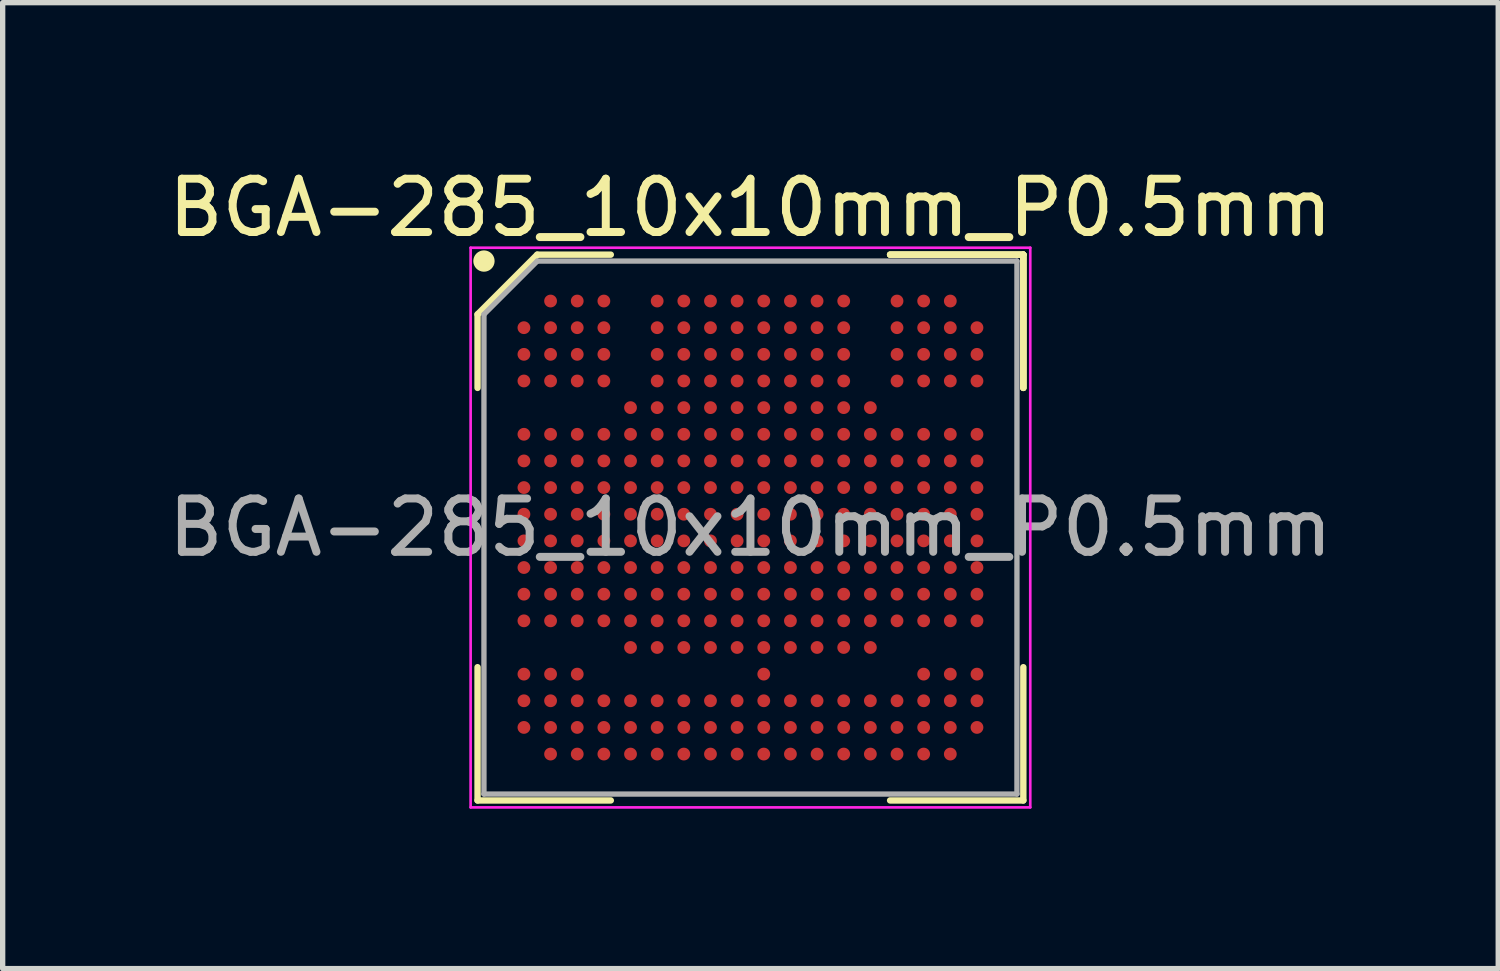
<source format=kicad_pcb>
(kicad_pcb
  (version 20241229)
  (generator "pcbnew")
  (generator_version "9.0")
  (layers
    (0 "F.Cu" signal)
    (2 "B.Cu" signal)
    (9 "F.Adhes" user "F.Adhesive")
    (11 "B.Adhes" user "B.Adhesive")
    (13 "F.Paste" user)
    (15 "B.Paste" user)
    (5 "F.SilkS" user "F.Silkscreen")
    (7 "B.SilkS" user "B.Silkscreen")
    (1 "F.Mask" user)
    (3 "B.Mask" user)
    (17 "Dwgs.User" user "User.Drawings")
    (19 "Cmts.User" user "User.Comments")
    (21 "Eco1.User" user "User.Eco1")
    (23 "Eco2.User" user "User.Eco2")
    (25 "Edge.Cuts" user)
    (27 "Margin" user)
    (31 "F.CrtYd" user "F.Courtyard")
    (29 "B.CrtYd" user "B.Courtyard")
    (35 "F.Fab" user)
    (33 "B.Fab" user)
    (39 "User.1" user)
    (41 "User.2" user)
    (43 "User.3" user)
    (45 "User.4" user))
  (footprint "BGA-285_10x10mm_P0.5mm"
    (layer "F.Cu")
    (at 11.03 6.848)
    (property "Reference" "BGA-285_10x10mm_P0.5mm" (at 0 -6 0) (layer "F.SilkS") (effects (font (size 1 1) (thickness 0.15))))
    (attr smd)
    (fp_line (start -5.12 -4) (end -5.12 -2.62) (stroke (width 0.12) (type solid)) (layer "F.SilkS"))
    (fp_line (start -5.12 5.12) (end -5.12 2.62) (stroke (width 0.12) (type solid)) (layer "F.SilkS"))
    (fp_line (start -4 -5.12) (end -5.12 -4) (stroke (width 0.12) (type solid)) (layer "F.SilkS"))
    (fp_line (start -2.62 -5.12) (end -4 -5.12) (stroke (width 0.12) (type solid)) (layer "F.SilkS"))
    (fp_line (start -2.62 5.12) (end -5.12 5.12) (stroke (width 0.12) (type solid)) (layer "F.SilkS"))
    (fp_line (start 2.62 -5.12) (end 5.12 -5.12) (stroke (width 0.12) (type solid)) (layer "F.SilkS"))
    (fp_line (start 2.62 -5.12) (end 5.12 -5.12) (stroke (width 0.12) (type solid)) (layer "F.SilkS"))
    (fp_line (start 2.62 -5.12) (end 5.12 -5.12) (stroke (width 0.12) (type solid)) (layer "F.SilkS"))
    (fp_line (start 2.62 5.12) (end 5.12 5.12) (stroke (width 0.12) (type solid)) (layer "F.SilkS"))
    (fp_line (start 5.12 -5.12) (end 5.12 -2.62) (stroke (width 0.12) (type solid)) (layer "F.SilkS"))
    (fp_line (start 5.12 -5.12) (end 5.12 -2.62) (stroke (width 0.12) (type solid)) (layer "F.SilkS"))
    (fp_line (start 5.12 -5.12) (end 5.12 -2.62) (stroke (width 0.12) (type solid)) (layer "F.SilkS"))
    (fp_line (start 5.12 5.12) (end 5.12 2.62) (stroke (width 0.12) (type solid)) (layer "F.SilkS"))
    (fp_circle (center -5 -5) (end -5 -4.9) (stroke (width 0.2) (type solid)) (fill no) (layer "F.SilkS"))
    (fp_line (start -5.25 -5.25) (end 5.25 -5.25) (stroke (width 0.05) (type solid)) (layer "F.CrtYd"))
    (fp_line (start -5.25 5.25) (end -5.25 -5.25) (stroke (width 0.05) (type solid)) (layer "F.CrtYd"))
    (fp_line (start 5.25 -5.25) (end 5.25 5.25) (stroke (width 0.05) (type solid)) (layer "F.CrtYd"))
    (fp_line (start 5.25 5.25) (end -5.25 5.25) (stroke (width 0.05) (type solid)) (layer "F.CrtYd"))
    (fp_line (start -5 -4) (end -5 5) (stroke (width 0.1) (type solid)) (layer "F.Fab"))
    (fp_line (start -5 5) (end 5 5) (stroke (width 0.1) (type solid)) (layer "F.Fab"))
    (fp_line (start -4 -5) (end -5 -4) (stroke (width 0.1) (type solid)) (layer "F.Fab"))
    (fp_line (start 5 -5) (end -4 -5) (stroke (width 0.1) (type solid)) (layer "F.Fab"))
    (fp_line (start 5 5) (end 5 -5) (stroke (width 0.1) (type solid)) (layer "F.Fab"))
    (fp_text user "${REFERENCE}" (at 0 0 0) (layer "F.Fab") (effects (font (size 1 1) (thickness 0.15))))
    (pad "A2" smd circle (at -3.75 -4.25) (size 0.24 0.24) (layers "F.Cu" "F.Mask" "F.Paste"))
    (pad "A3" smd circle (at -3.25 -4.25) (size 0.24 0.24) (layers "F.Cu" "F.Mask" "F.Paste"))
    (pad "A4" smd circle (at -2.75 -4.25) (size 0.24 0.24) (layers "F.Cu" "F.Mask" "F.Paste"))
    (pad "A6" smd circle (at -1.75 -4.25) (size 0.24 0.24) (layers "F.Cu" "F.Mask" "F.Paste"))
    (pad "A7" smd circle (at -1.25 -4.25) (size 0.24 0.24) (layers "F.Cu" "F.Mask" "F.Paste"))
    (pad "A8" smd circle (at -0.75 -4.25) (size 0.24 0.24) (layers "F.Cu" "F.Mask" "F.Paste"))
    (pad "A9" smd circle (at -0.25 -4.25) (size 0.24 0.24) (layers "F.Cu" "F.Mask" "F.Paste"))
    (pad "A10" smd circle (at 0.25 -4.25) (size 0.24 0.24) (layers "F.Cu" "F.Mask" "F.Paste"))
    (pad "A11" smd circle (at 0.75 -4.25) (size 0.24 0.24) (layers "F.Cu" "F.Mask" "F.Paste"))
    (pad "A12" smd circle (at 1.25 -4.25) (size 0.24 0.24) (layers "F.Cu" "F.Mask" "F.Paste"))
    (pad "A13" smd circle (at 1.75 -4.25) (size 0.24 0.24) (layers "F.Cu" "F.Mask" "F.Paste"))
    (pad "A15" smd circle (at 2.75 -4.25) (size 0.24 0.24) (layers "F.Cu" "F.Mask" "F.Paste"))
    (pad "A16" smd circle (at 3.25 -4.25) (size 0.24 0.24) (layers "F.Cu" "F.Mask" "F.Paste"))
    (pad "A17" smd circle (at 3.75 -4.25) (size 0.24 0.24) (layers "F.Cu" "F.Mask" "F.Paste"))
    (pad "B1" smd circle (at -4.25 -3.75) (size 0.24 0.24) (layers "F.Cu" "F.Mask" "F.Paste"))
    (pad "B2" smd circle (at -3.75 -3.75) (size 0.24 0.24) (layers "F.Cu" "F.Mask" "F.Paste"))
    (pad "B3" smd circle (at -3.25 -3.75) (size 0.24 0.24) (layers "F.Cu" "F.Mask" "F.Paste"))
    (pad "B4" smd circle (at -2.75 -3.75) (size 0.24 0.24) (layers "F.Cu" "F.Mask" "F.Paste"))
    (pad "B6" smd circle (at -1.75 -3.75) (size 0.24 0.24) (layers "F.Cu" "F.Mask" "F.Paste"))
    (pad "B7" smd circle (at -1.25 -3.75) (size 0.24 0.24) (layers "F.Cu" "F.Mask" "F.Paste"))
    (pad "B8" smd circle (at -0.75 -3.75) (size 0.24 0.24) (layers "F.Cu" "F.Mask" "F.Paste"))
    (pad "B9" smd circle (at -0.25 -3.75) (size 0.24 0.24) (layers "F.Cu" "F.Mask" "F.Paste"))
    (pad "B10" smd circle (at 0.25 -3.75) (size 0.24 0.24) (layers "F.Cu" "F.Mask" "F.Paste"))
    (pad "B11" smd circle (at 0.75 -3.75) (size 0.24 0.24) (layers "F.Cu" "F.Mask" "F.Paste"))
    (pad "B12" smd circle (at 1.25 -3.75) (size 0.24 0.24) (layers "F.Cu" "F.Mask" "F.Paste"))
    (pad "B13" smd circle (at 1.75 -3.75) (size 0.24 0.24) (layers "F.Cu" "F.Mask" "F.Paste"))
    (pad "B15" smd circle (at 2.75 -3.75) (size 0.24 0.24) (layers "F.Cu" "F.Mask" "F.Paste"))
    (pad "B16" smd circle (at 3.25 -3.75) (size 0.24 0.24) (layers "F.Cu" "F.Mask" "F.Paste"))
    (pad "B17" smd circle (at 3.75 -3.75) (size 0.24 0.24) (layers "F.Cu" "F.Mask" "F.Paste"))
    (pad "B18" smd circle (at 4.25 -3.75) (size 0.24 0.24) (layers "F.Cu" "F.Mask" "F.Paste"))
    (pad "C1" smd circle (at -4.25 -3.25) (size 0.24 0.24) (layers "F.Cu" "F.Mask" "F.Paste"))
    (pad "C2" smd circle (at -3.75 -3.25) (size 0.24 0.24) (layers "F.Cu" "F.Mask" "F.Paste"))
    (pad "C3" smd circle (at -3.25 -3.25) (size 0.24 0.24) (layers "F.Cu" "F.Mask" "F.Paste"))
    (pad "C4" smd circle (at -2.75 -3.25) (size 0.24 0.24) (layers "F.Cu" "F.Mask" "F.Paste"))
    (pad "C6" smd circle (at -1.75 -3.25) (size 0.24 0.24) (layers "F.Cu" "F.Mask" "F.Paste"))
    (pad "C7" smd circle (at -1.25 -3.25) (size 0.24 0.24) (layers "F.Cu" "F.Mask" "F.Paste"))
    (pad "C8" smd circle (at -0.75 -3.25) (size 0.24 0.24) (layers "F.Cu" "F.Mask" "F.Paste"))
    (pad "C9" smd circle (at -0.25 -3.25) (size 0.24 0.24) (layers "F.Cu" "F.Mask" "F.Paste"))
    (pad "C10" smd circle (at 0.25 -3.25) (size 0.24 0.24) (layers "F.Cu" "F.Mask" "F.Paste"))
    (pad "C11" smd circle (at 0.75 -3.25) (size 0.24 0.24) (layers "F.Cu" "F.Mask" "F.Paste"))
    (pad "C12" smd circle (at 1.25 -3.25) (size 0.24 0.24) (layers "F.Cu" "F.Mask" "F.Paste"))
    (pad "C13" smd circle (at 1.75 -3.25) (size 0.24 0.24) (layers "F.Cu" "F.Mask" "F.Paste"))
    (pad "C15" smd circle (at 2.75 -3.25) (size 0.24 0.24) (layers "F.Cu" "F.Mask" "F.Paste"))
    (pad "C16" smd circle (at 3.25 -3.25) (size 0.24 0.24) (layers "F.Cu" "F.Mask" "F.Paste"))
    (pad "C17" smd circle (at 3.75 -3.25) (size 0.24 0.24) (layers "F.Cu" "F.Mask" "F.Paste"))
    (pad "C18" smd circle (at 4.25 -3.25) (size 0.24 0.24) (layers "F.Cu" "F.Mask" "F.Paste"))
    (pad "D1" smd circle (at -4.25 -2.75) (size 0.24 0.24) (layers "F.Cu" "F.Mask" "F.Paste"))
    (pad "D2" smd circle (at -3.75 -2.75) (size 0.24 0.24) (layers "F.Cu" "F.Mask" "F.Paste"))
    (pad "D3" smd circle (at -3.25 -2.75) (size 0.24 0.24) (layers "F.Cu" "F.Mask" "F.Paste"))
    (pad "D4" smd circle (at -2.75 -2.75) (size 0.24 0.24) (layers "F.Cu" "F.Mask" "F.Paste"))
    (pad "D6" smd circle (at -1.75 -2.75) (size 0.24 0.24) (layers "F.Cu" "F.Mask" "F.Paste"))
    (pad "D7" smd circle (at -1.25 -2.75) (size 0.24 0.24) (layers "F.Cu" "F.Mask" "F.Paste"))
    (pad "D8" smd circle (at -0.75 -2.75) (size 0.24 0.24) (layers "F.Cu" "F.Mask" "F.Paste"))
    (pad "D9" smd circle (at -0.25 -2.75) (size 0.24 0.24) (layers "F.Cu" "F.Mask" "F.Paste"))
    (pad "D10" smd circle (at 0.25 -2.75) (size 0.24 0.24) (layers "F.Cu" "F.Mask" "F.Paste"))
    (pad "D11" smd circle (at 0.75 -2.75) (size 0.24 0.24) (layers "F.Cu" "F.Mask" "F.Paste"))
    (pad "D12" smd circle (at 1.25 -2.75) (size 0.24 0.24) (layers "F.Cu" "F.Mask" "F.Paste"))
    (pad "D13" smd circle (at 1.75 -2.75) (size 0.24 0.24) (layers "F.Cu" "F.Mask" "F.Paste"))
    (pad "D15" smd circle (at 2.75 -2.75) (size 0.24 0.24) (layers "F.Cu" "F.Mask" "F.Paste"))
    (pad "D16" smd circle (at 3.25 -2.75) (size 0.24 0.24) (layers "F.Cu" "F.Mask" "F.Paste"))
    (pad "D17" smd circle (at 3.75 -2.75) (size 0.24 0.24) (layers "F.Cu" "F.Mask" "F.Paste"))
    (pad "D18" smd circle (at 4.25 -2.75) (size 0.24 0.24) (layers "F.Cu" "F.Mask" "F.Paste"))
    (pad "E5" smd circle (at -2.25 -2.25) (size 0.24 0.24) (layers "F.Cu" "F.Mask" "F.Paste"))
    (pad "E6" smd circle (at -1.75 -2.25) (size 0.24 0.24) (layers "F.Cu" "F.Mask" "F.Paste"))
    (pad "E7" smd circle (at -1.25 -2.25) (size 0.24 0.24) (layers "F.Cu" "F.Mask" "F.Paste"))
    (pad "E8" smd circle (at -0.75 -2.25) (size 0.24 0.24) (layers "F.Cu" "F.Mask" "F.Paste"))
    (pad "E9" smd circle (at -0.25 -2.25) (size 0.24 0.24) (layers "F.Cu" "F.Mask" "F.Paste"))
    (pad "E10" smd circle (at 0.25 -2.25) (size 0.24 0.24) (layers "F.Cu" "F.Mask" "F.Paste"))
    (pad "E11" smd circle (at 0.75 -2.25) (size 0.24 0.24) (layers "F.Cu" "F.Mask" "F.Paste"))
    (pad "E12" smd circle (at 1.25 -2.25) (size 0.24 0.24) (layers "F.Cu" "F.Mask" "F.Paste"))
    (pad "E13" smd circle (at 1.75 -2.25) (size 0.24 0.24) (layers "F.Cu" "F.Mask" "F.Paste"))
    (pad "E14" smd circle (at 2.25 -2.25) (size 0.24 0.24) (layers "F.Cu" "F.Mask" "F.Paste"))
    (pad "F1" smd circle (at -4.25 -1.75) (size 0.24 0.24) (layers "F.Cu" "F.Mask" "F.Paste"))
    (pad "F2" smd circle (at -3.75 -1.75) (size 0.24 0.24) (layers "F.Cu" "F.Mask" "F.Paste"))
    (pad "F3" smd circle (at -3.25 -1.75) (size 0.24 0.24) (layers "F.Cu" "F.Mask" "F.Paste"))
    (pad "F4" smd circle (at -2.75 -1.75) (size 0.24 0.24) (layers "F.Cu" "F.Mask" "F.Paste"))
    (pad "F5" smd circle (at -2.25 -1.75) (size 0.24 0.24) (layers "F.Cu" "F.Mask" "F.Paste"))
    (pad "F6" smd circle (at -1.75 -1.75) (size 0.24 0.24) (layers "F.Cu" "F.Mask" "F.Paste"))
    (pad "F7" smd circle (at -1.25 -1.75) (size 0.24 0.24) (layers "F.Cu" "F.Mask" "F.Paste"))
    (pad "F8" smd circle (at -0.75 -1.75) (size 0.24 0.24) (layers "F.Cu" "F.Mask" "F.Paste"))
    (pad "F9" smd circle (at -0.25 -1.75) (size 0.24 0.24) (layers "F.Cu" "F.Mask" "F.Paste"))
    (pad "F10" smd circle (at 0.25 -1.75) (size 0.24 0.24) (layers "F.Cu" "F.Mask" "F.Paste"))
    (pad "F11" smd circle (at 0.75 -1.75) (size 0.24 0.24) (layers "F.Cu" "F.Mask" "F.Paste"))
    (pad "F12" smd circle (at 1.25 -1.75) (size 0.24 0.24) (layers "F.Cu" "F.Mask" "F.Paste"))
    (pad "F13" smd circle (at 1.75 -1.75) (size 0.24 0.24) (layers "F.Cu" "F.Mask" "F.Paste"))
    (pad "F14" smd circle (at 2.25 -1.75) (size 0.24 0.24) (layers "F.Cu" "F.Mask" "F.Paste"))
    (pad "F15" smd circle (at 2.75 -1.75) (size 0.24 0.24) (layers "F.Cu" "F.Mask" "F.Paste"))
    (pad "F16" smd circle (at 3.25 -1.75) (size 0.24 0.24) (layers "F.Cu" "F.Mask" "F.Paste"))
    (pad "F17" smd circle (at 3.75 -1.75) (size 0.24 0.24) (layers "F.Cu" "F.Mask" "F.Paste"))
    (pad "F18" smd circle (at 4.25 -1.75) (size 0.24 0.24) (layers "F.Cu" "F.Mask" "F.Paste"))
    (pad "G1" smd circle (at -4.25 -1.25) (size 0.24 0.24) (layers "F.Cu" "F.Mask" "F.Paste"))
    (pad "G2" smd circle (at -3.75 -1.25) (size 0.24 0.24) (layers "F.Cu" "F.Mask" "F.Paste"))
    (pad "G3" smd circle (at -3.25 -1.25) (size 0.24 0.24) (layers "F.Cu" "F.Mask" "F.Paste"))
    (pad "G4" smd circle (at -2.75 -1.25) (size 0.24 0.24) (layers "F.Cu" "F.Mask" "F.Paste"))
    (pad "G5" smd circle (at -2.25 -1.25) (size 0.24 0.24) (layers "F.Cu" "F.Mask" "F.Paste"))
    (pad "G6" smd circle (at -1.75 -1.25) (size 0.24 0.24) (layers "F.Cu" "F.Mask" "F.Paste"))
    (pad "G7" smd circle (at -1.25 -1.25) (size 0.24 0.24) (layers "F.Cu" "F.Mask" "F.Paste"))
    (pad "G8" smd circle (at -0.75 -1.25) (size 0.24 0.24) (layers "F.Cu" "F.Mask" "F.Paste"))
    (pad "G9" smd circle (at -0.25 -1.25) (size 0.24 0.24) (layers "F.Cu" "F.Mask" "F.Paste"))
    (pad "G10" smd circle (at 0.25 -1.25) (size 0.24 0.24) (layers "F.Cu" "F.Mask" "F.Paste"))
    (pad "G11" smd circle (at 0.75 -1.25) (size 0.24 0.24) (layers "F.Cu" "F.Mask" "F.Paste"))
    (pad "G12" smd circle (at 1.25 -1.25) (size 0.24 0.24) (layers "F.Cu" "F.Mask" "F.Paste"))
    (pad "G13" smd circle (at 1.75 -1.25) (size 0.24 0.24) (layers "F.Cu" "F.Mask" "F.Paste"))
    (pad "G14" smd circle (at 2.25 -1.25) (size 0.24 0.24) (layers "F.Cu" "F.Mask" "F.Paste"))
    (pad "G15" smd circle (at 2.75 -1.25) (size 0.24 0.24) (layers "F.Cu" "F.Mask" "F.Paste"))
    (pad "G16" smd circle (at 3.25 -1.25) (size 0.24 0.24) (layers "F.Cu" "F.Mask" "F.Paste"))
    (pad "G17" smd circle (at 3.75 -1.25) (size 0.24 0.24) (layers "F.Cu" "F.Mask" "F.Paste"))
    (pad "G18" smd circle (at 4.25 -1.25) (size 0.24 0.24) (layers "F.Cu" "F.Mask" "F.Paste"))
    (pad "H1" smd circle (at -4.25 -0.75) (size 0.24 0.24) (layers "F.Cu" "F.Mask" "F.Paste"))
    (pad "H2" smd circle (at -3.75 -0.75) (size 0.24 0.24) (layers "F.Cu" "F.Mask" "F.Paste"))
    (pad "H3" smd circle (at -3.25 -0.75) (size 0.24 0.24) (layers "F.Cu" "F.Mask" "F.Paste"))
    (pad "H4" smd circle (at -2.75 -0.75) (size 0.24 0.24) (layers "F.Cu" "F.Mask" "F.Paste"))
    (pad "H5" smd circle (at -2.25 -0.75) (size 0.24 0.24) (layers "F.Cu" "F.Mask" "F.Paste"))
    (pad "H6" smd circle (at -1.75 -0.75) (size 0.24 0.24) (layers "F.Cu" "F.Mask" "F.Paste"))
    (pad "H7" smd circle (at -1.25 -0.75) (size 0.24 0.24) (layers "F.Cu" "F.Mask" "F.Paste"))
    (pad "H8" smd circle (at -0.75 -0.75) (size 0.24 0.24) (layers "F.Cu" "F.Mask" "F.Paste"))
    (pad "H9" smd circle (at -0.25 -0.75) (size 0.24 0.24) (layers "F.Cu" "F.Mask" "F.Paste"))
    (pad "H10" smd circle (at 0.25 -0.75) (size 0.24 0.24) (layers "F.Cu" "F.Mask" "F.Paste"))
    (pad "H11" smd circle (at 0.75 -0.75) (size 0.24 0.24) (layers "F.Cu" "F.Mask" "F.Paste"))
    (pad "H12" smd circle (at 1.25 -0.75) (size 0.24 0.24) (layers "F.Cu" "F.Mask" "F.Paste"))
    (pad "H13" smd circle (at 1.75 -0.75) (size 0.24 0.24) (layers "F.Cu" "F.Mask" "F.Paste"))
    (pad "H14" smd circle (at 2.25 -0.75) (size 0.24 0.24) (layers "F.Cu" "F.Mask" "F.Paste"))
    (pad "H15" smd circle (at 2.75 -0.75) (size 0.24 0.24) (layers "F.Cu" "F.Mask" "F.Paste"))
    (pad "H16" smd circle (at 3.25 -0.75) (size 0.24 0.24) (layers "F.Cu" "F.Mask" "F.Paste"))
    (pad "H17" smd circle (at 3.75 -0.75) (size 0.24 0.24) (layers "F.Cu" "F.Mask" "F.Paste"))
    (pad "H18" smd circle (at 4.25 -0.75) (size 0.24 0.24) (layers "F.Cu" "F.Mask" "F.Paste"))
    (pad "J1" smd circle (at -4.25 -0.25) (size 0.24 0.24) (layers "F.Cu" "F.Mask" "F.Paste"))
    (pad "J2" smd circle (at -3.75 -0.25) (size 0.24 0.24) (layers "F.Cu" "F.Mask" "F.Paste"))
    (pad "J3" smd circle (at -3.25 -0.25) (size 0.24 0.24) (layers "F.Cu" "F.Mask" "F.Paste"))
    (pad "J4" smd circle (at -2.75 -0.25) (size 0.24 0.24) (layers "F.Cu" "F.Mask" "F.Paste"))
    (pad "J5" smd circle (at -2.25 -0.25) (size 0.24 0.24) (layers "F.Cu" "F.Mask" "F.Paste"))
    (pad "J6" smd circle (at -1.75 -0.25) (size 0.24 0.24) (layers "F.Cu" "F.Mask" "F.Paste"))
    (pad "J7" smd circle (at -1.25 -0.25) (size 0.24 0.24) (layers "F.Cu" "F.Mask" "F.Paste"))
    (pad "J8" smd circle (at -0.75 -0.25) (size 0.24 0.24) (layers "F.Cu" "F.Mask" "F.Paste"))
    (pad "J9" smd circle (at -0.25 -0.25) (size 0.24 0.24) (layers "F.Cu" "F.Mask" "F.Paste"))
    (pad "J10" smd circle (at 0.25 -0.25) (size 0.24 0.24) (layers "F.Cu" "F.Mask" "F.Paste"))
    (pad "J11" smd circle (at 0.75 -0.25) (size 0.24 0.24) (layers "F.Cu" "F.Mask" "F.Paste"))
    (pad "J12" smd circle (at 1.25 -0.25) (size 0.24 0.24) (layers "F.Cu" "F.Mask" "F.Paste"))
    (pad "J13" smd circle (at 1.75 -0.25) (size 0.24 0.24) (layers "F.Cu" "F.Mask" "F.Paste"))
    (pad "J14" smd circle (at 2.25 -0.25) (size 0.24 0.24) (layers "F.Cu" "F.Mask" "F.Paste"))
    (pad "J15" smd circle (at 2.75 -0.25) (size 0.24 0.24) (layers "F.Cu" "F.Mask" "F.Paste"))
    (pad "J16" smd circle (at 3.25 -0.25) (size 0.24 0.24) (layers "F.Cu" "F.Mask" "F.Paste"))
    (pad "J17" smd circle (at 3.75 -0.25) (size 0.24 0.24) (layers "F.Cu" "F.Mask" "F.Paste"))
    (pad "J18" smd circle (at 4.25 -0.25) (size 0.24 0.24) (layers "F.Cu" "F.Mask" "F.Paste"))
    (pad "K1" smd circle (at -4.25 0.25) (size 0.24 0.24) (layers "F.Cu" "F.Mask" "F.Paste"))
    (pad "K2" smd circle (at -3.75 0.25) (size 0.24 0.24) (layers "F.Cu" "F.Mask" "F.Paste"))
    (pad "K3" smd circle (at -3.25 0.25) (size 0.24 0.24) (layers "F.Cu" "F.Mask" "F.Paste"))
    (pad "K4" smd circle (at -2.75 0.25) (size 0.24 0.24) (layers "F.Cu" "F.Mask" "F.Paste"))
    (pad "K5" smd circle (at -2.25 0.25) (size 0.24 0.24) (layers "F.Cu" "F.Mask" "F.Paste"))
    (pad "K6" smd circle (at -1.75 0.25) (size 0.24 0.24) (layers "F.Cu" "F.Mask" "F.Paste"))
    (pad "K7" smd circle (at -1.25 0.25) (size 0.24 0.24) (layers "F.Cu" "F.Mask" "F.Paste"))
    (pad "K8" smd circle (at -0.75 0.25) (size 0.24 0.24) (layers "F.Cu" "F.Mask" "F.Paste"))
    (pad "K9" smd circle (at -0.25 0.25) (size 0.24 0.24) (layers "F.Cu" "F.Mask" "F.Paste"))
    (pad "K10" smd circle (at 0.25 0.25) (size 0.24 0.24) (layers "F.Cu" "F.Mask" "F.Paste"))
    (pad "K11" smd circle (at 0.75 0.25) (size 0.24 0.24) (layers "F.Cu" "F.Mask" "F.Paste"))
    (pad "K12" smd circle (at 1.25 0.25) (size 0.24 0.24) (layers "F.Cu" "F.Mask" "F.Paste"))
    (pad "K13" smd circle (at 1.75 0.25) (size 0.24 0.24) (layers "F.Cu" "F.Mask" "F.Paste"))
    (pad "K14" smd circle (at 2.25 0.25) (size 0.24 0.24) (layers "F.Cu" "F.Mask" "F.Paste"))
    (pad "K15" smd circle (at 2.75 0.25) (size 0.24 0.24) (layers "F.Cu" "F.Mask" "F.Paste"))
    (pad "K16" smd circle (at 3.25 0.25) (size 0.24 0.24) (layers "F.Cu" "F.Mask" "F.Paste"))
    (pad "K17" smd circle (at 3.75 0.25) (size 0.24 0.24) (layers "F.Cu" "F.Mask" "F.Paste"))
    (pad "K18" smd circle (at 4.25 0.25) (size 0.24 0.24) (layers "F.Cu" "F.Mask" "F.Paste"))
    (pad "L1" smd circle (at -4.25 0.75) (size 0.24 0.24) (layers "F.Cu" "F.Mask" "F.Paste"))
    (pad "L2" smd circle (at -3.75 0.75) (size 0.24 0.24) (layers "F.Cu" "F.Mask" "F.Paste"))
    (pad "L3" smd circle (at -3.25 0.75) (size 0.24 0.24) (layers "F.Cu" "F.Mask" "F.Paste"))
    (pad "L4" smd circle (at -2.75 0.75) (size 0.24 0.24) (layers "F.Cu" "F.Mask" "F.Paste"))
    (pad "L5" smd circle (at -2.25 0.75) (size 0.24 0.24) (layers "F.Cu" "F.Mask" "F.Paste"))
    (pad "L6" smd circle (at -1.75 0.75) (size 0.24 0.24) (layers "F.Cu" "F.Mask" "F.Paste"))
    (pad "L7" smd circle (at -1.25 0.75) (size 0.24 0.24) (layers "F.Cu" "F.Mask" "F.Paste"))
    (pad "L8" smd circle (at -0.75 0.75) (size 0.24 0.24) (layers "F.Cu" "F.Mask" "F.Paste"))
    (pad "L9" smd circle (at -0.25 0.75) (size 0.24 0.24) (layers "F.Cu" "F.Mask" "F.Paste"))
    (pad "L10" smd circle (at 0.25 0.75) (size 0.24 0.24) (layers "F.Cu" "F.Mask" "F.Paste"))
    (pad "L11" smd circle (at 0.75 0.75) (size 0.24 0.24) (layers "F.Cu" "F.Mask" "F.Paste"))
    (pad "L12" smd circle (at 1.25 0.75) (size 0.24 0.24) (layers "F.Cu" "F.Mask" "F.Paste"))
    (pad "L13" smd circle (at 1.75 0.75) (size 0.24 0.24) (layers "F.Cu" "F.Mask" "F.Paste"))
    (pad "L14" smd circle (at 2.25 0.75) (size 0.24 0.24) (layers "F.Cu" "F.Mask" "F.Paste"))
    (pad "L15" smd circle (at 2.75 0.75) (size 0.24 0.24) (layers "F.Cu" "F.Mask" "F.Paste"))
    (pad "L16" smd circle (at 3.25 0.75) (size 0.24 0.24) (layers "F.Cu" "F.Mask" "F.Paste"))
    (pad "L17" smd circle (at 3.75 0.75) (size 0.24 0.24) (layers "F.Cu" "F.Mask" "F.Paste"))
    (pad "L18" smd circle (at 4.25 0.75) (size 0.24 0.24) (layers "F.Cu" "F.Mask" "F.Paste"))
    (pad "M1" smd circle (at -4.25 1.25) (size 0.24 0.24) (layers "F.Cu" "F.Mask" "F.Paste"))
    (pad "M2" smd circle (at -3.75 1.25) (size 0.24 0.24) (layers "F.Cu" "F.Mask" "F.Paste"))
    (pad "M3" smd circle (at -3.25 1.25) (size 0.24 0.24) (layers "F.Cu" "F.Mask" "F.Paste"))
    (pad "M4" smd circle (at -2.75 1.25) (size 0.24 0.24) (layers "F.Cu" "F.Mask" "F.Paste"))
    (pad "M5" smd circle (at -2.25 1.25) (size 0.24 0.24) (layers "F.Cu" "F.Mask" "F.Paste"))
    (pad "M6" smd circle (at -1.75 1.25) (size 0.24 0.24) (layers "F.Cu" "F.Mask" "F.Paste"))
    (pad "M7" smd circle (at -1.25 1.25) (size 0.24 0.24) (layers "F.Cu" "F.Mask" "F.Paste"))
    (pad "M8" smd circle (at -0.75 1.25) (size 0.24 0.24) (layers "F.Cu" "F.Mask" "F.Paste"))
    (pad "M9" smd circle (at -0.25 1.25) (size 0.24 0.24) (layers "F.Cu" "F.Mask" "F.Paste"))
    (pad "M10" smd circle (at 0.25 1.25) (size 0.24 0.24) (layers "F.Cu" "F.Mask" "F.Paste"))
    (pad "M11" smd circle (at 0.75 1.25) (size 0.24 0.24) (layers "F.Cu" "F.Mask" "F.Paste"))
    (pad "M12" smd circle (at 1.25 1.25) (size 0.24 0.24) (layers "F.Cu" "F.Mask" "F.Paste"))
    (pad "M13" smd circle (at 1.75 1.25) (size 0.24 0.24) (layers "F.Cu" "F.Mask" "F.Paste"))
    (pad "M14" smd circle (at 2.25 1.25) (size 0.24 0.24) (layers "F.Cu" "F.Mask" "F.Paste"))
    (pad "M15" smd circle (at 2.75 1.25) (size 0.24 0.24) (layers "F.Cu" "F.Mask" "F.Paste"))
    (pad "M16" smd circle (at 3.25 1.25) (size 0.24 0.24) (layers "F.Cu" "F.Mask" "F.Paste"))
    (pad "M17" smd circle (at 3.75 1.25) (size 0.24 0.24) (layers "F.Cu" "F.Mask" "F.Paste"))
    (pad "M18" smd circle (at 4.25 1.25) (size 0.24 0.24) (layers "F.Cu" "F.Mask" "F.Paste"))
    (pad "N1" smd circle (at -4.25 1.75) (size 0.24 0.24) (layers "F.Cu" "F.Mask" "F.Paste"))
    (pad "N2" smd circle (at -3.75 1.75) (size 0.24 0.24) (layers "F.Cu" "F.Mask" "F.Paste"))
    (pad "N3" smd circle (at -3.25 1.75) (size 0.24 0.24) (layers "F.Cu" "F.Mask" "F.Paste"))
    (pad "N4" smd circle (at -2.75 1.75) (size 0.24 0.24) (layers "F.Cu" "F.Mask" "F.Paste"))
    (pad "N5" smd circle (at -2.25 1.75) (size 0.24 0.24) (layers "F.Cu" "F.Mask" "F.Paste"))
    (pad "N6" smd circle (at -1.75 1.75) (size 0.24 0.24) (layers "F.Cu" "F.Mask" "F.Paste"))
    (pad "N7" smd circle (at -1.25 1.75) (size 0.24 0.24) (layers "F.Cu" "F.Mask" "F.Paste"))
    (pad "N8" smd circle (at -0.75 1.75) (size 0.24 0.24) (layers "F.Cu" "F.Mask" "F.Paste"))
    (pad "N9" smd circle (at -0.25 1.75) (size 0.24 0.24) (layers "F.Cu" "F.Mask" "F.Paste"))
    (pad "N10" smd circle (at 0.25 1.75) (size 0.24 0.24) (layers "F.Cu" "F.Mask" "F.Paste"))
    (pad "N11" smd circle (at 0.75 1.75) (size 0.24 0.24) (layers "F.Cu" "F.Mask" "F.Paste"))
    (pad "N12" smd circle (at 1.25 1.75) (size 0.24 0.24) (layers "F.Cu" "F.Mask" "F.Paste"))
    (pad "N13" smd circle (at 1.75 1.75) (size 0.24 0.24) (layers "F.Cu" "F.Mask" "F.Paste"))
    (pad "N14" smd circle (at 2.25 1.75) (size 0.24 0.24) (layers "F.Cu" "F.Mask" "F.Paste"))
    (pad "N15" smd circle (at 2.75 1.75) (size 0.24 0.24) (layers "F.Cu" "F.Mask" "F.Paste"))
    (pad "N16" smd circle (at 3.25 1.75) (size 0.24 0.24) (layers "F.Cu" "F.Mask" "F.Paste"))
    (pad "N17" smd circle (at 3.75 1.75) (size 0.24 0.24) (layers "F.Cu" "F.Mask" "F.Paste"))
    (pad "N18" smd circle (at 4.25 1.75) (size 0.24 0.24) (layers "F.Cu" "F.Mask" "F.Paste"))
    (pad "P5" smd circle (at -2.25 2.25) (size 0.24 0.24) (layers "F.Cu" "F.Mask" "F.Paste"))
    (pad "P6" smd circle (at -1.75 2.25) (size 0.24 0.24) (layers "F.Cu" "F.Mask" "F.Paste"))
    (pad "P7" smd circle (at -1.25 2.25) (size 0.24 0.24) (layers "F.Cu" "F.Mask" "F.Paste"))
    (pad "P8" smd circle (at -0.75 2.25) (size 0.24 0.24) (layers "F.Cu" "F.Mask" "F.Paste"))
    (pad "P9" smd circle (at -0.25 2.25) (size 0.24 0.24) (layers "F.Cu" "F.Mask" "F.Paste"))
    (pad "P10" smd circle (at 0.25 2.25) (size 0.24 0.24) (layers "F.Cu" "F.Mask" "F.Paste"))
    (pad "P11" smd circle (at 0.75 2.25) (size 0.24 0.24) (layers "F.Cu" "F.Mask" "F.Paste"))
    (pad "P12" smd circle (at 1.25 2.25) (size 0.24 0.24) (layers "F.Cu" "F.Mask" "F.Paste"))
    (pad "P13" smd circle (at 1.75 2.25) (size 0.24 0.24) (layers "F.Cu" "F.Mask" "F.Paste"))
    (pad "P14" smd circle (at 2.25 2.25) (size 0.24 0.24) (layers "F.Cu" "F.Mask" "F.Paste"))
    (pad "R1" smd circle (at -4.25 2.75) (size 0.24 0.24) (layers "F.Cu" "F.Mask" "F.Paste"))
    (pad "R2" smd circle (at -3.75 2.75) (size 0.24 0.24) (layers "F.Cu" "F.Mask" "F.Paste"))
    (pad "R3" smd circle (at -3.25 2.75) (size 0.24 0.24) (layers "F.Cu" "F.Mask" "F.Paste"))
    (pad "R10" smd circle (at 0.25 2.75) (size 0.24 0.24) (layers "F.Cu" "F.Mask" "F.Paste"))
    (pad "R16" smd circle (at 3.25 2.75) (size 0.24 0.24) (layers "F.Cu" "F.Mask" "F.Paste"))
    (pad "R17" smd circle (at 3.75 2.75) (size 0.24 0.24) (layers "F.Cu" "F.Mask" "F.Paste"))
    (pad "R18" smd circle (at 4.25 2.75) (size 0.24 0.24) (layers "F.Cu" "F.Mask" "F.Paste"))
    (pad "T1" smd circle (at -4.25 3.25) (size 0.24 0.24) (layers "F.Cu" "F.Mask" "F.Paste"))
    (pad "T2" smd circle (at -3.75 3.25) (size 0.24 0.24) (layers "F.Cu" "F.Mask" "F.Paste"))
    (pad "T3" smd circle (at -3.25 3.25) (size 0.24 0.24) (layers "F.Cu" "F.Mask" "F.Paste"))
    (pad "T4" smd circle (at -2.75 3.25) (size 0.24 0.24) (layers "F.Cu" "F.Mask" "F.Paste"))
    (pad "T5" smd circle (at -2.25 3.25) (size 0.24 0.24) (layers "F.Cu" "F.Mask" "F.Paste"))
    (pad "T6" smd circle (at -1.75 3.25) (size 0.24 0.24) (layers "F.Cu" "F.Mask" "F.Paste"))
    (pad "T7" smd circle (at -1.25 3.25) (size 0.24 0.24) (layers "F.Cu" "F.Mask" "F.Paste"))
    (pad "T8" smd circle (at -0.75 3.25) (size 0.24 0.24) (layers "F.Cu" "F.Mask" "F.Paste"))
    (pad "T9" smd circle (at -0.25 3.25) (size 0.24 0.24) (layers "F.Cu" "F.Mask" "F.Paste"))
    (pad "T10" smd circle (at 0.25 3.25) (size 0.24 0.24) (layers "F.Cu" "F.Mask" "F.Paste"))
    (pad "T11" smd circle (at 0.75 3.25) (size 0.24 0.24) (layers "F.Cu" "F.Mask" "F.Paste"))
    (pad "T12" smd circle (at 1.25 3.25) (size 0.24 0.24) (layers "F.Cu" "F.Mask" "F.Paste"))
    (pad "T13" smd circle (at 1.75 3.25) (size 0.24 0.24) (layers "F.Cu" "F.Mask" "F.Paste"))
    (pad "T14" smd circle (at 2.25 3.25) (size 0.24 0.24) (layers "F.Cu" "F.Mask" "F.Paste"))
    (pad "T15" smd circle (at 2.75 3.25) (size 0.24 0.24) (layers "F.Cu" "F.Mask" "F.Paste"))
    (pad "T16" smd circle (at 3.25 3.25) (size 0.24 0.24) (layers "F.Cu" "F.Mask" "F.Paste"))
    (pad "T17" smd circle (at 3.75 3.25) (size 0.24 0.24) (layers "F.Cu" "F.Mask" "F.Paste"))
    (pad "T18" smd circle (at 4.25 3.25) (size 0.24 0.24) (layers "F.Cu" "F.Mask" "F.Paste"))
    (pad "U1" smd circle (at -4.25 3.75) (size 0.24 0.24) (layers "F.Cu" "F.Mask" "F.Paste"))
    (pad "U2" smd circle (at -3.75 3.75) (size 0.24 0.24) (layers "F.Cu" "F.Mask" "F.Paste"))
    (pad "U3" smd circle (at -3.25 3.75) (size 0.24 0.24) (layers "F.Cu" "F.Mask" "F.Paste"))
    (pad "U4" smd circle (at -2.75 3.75) (size 0.24 0.24) (layers "F.Cu" "F.Mask" "F.Paste"))
    (pad "U5" smd circle (at -2.25 3.75) (size 0.24 0.24) (layers "F.Cu" "F.Mask" "F.Paste"))
    (pad "U6" smd circle (at -1.75 3.75) (size 0.24 0.24) (layers "F.Cu" "F.Mask" "F.Paste"))
    (pad "U7" smd circle (at -1.25 3.75) (size 0.24 0.24) (layers "F.Cu" "F.Mask" "F.Paste"))
    (pad "U8" smd circle (at -0.75 3.75) (size 0.24 0.24) (layers "F.Cu" "F.Mask" "F.Paste"))
    (pad "U9" smd circle (at -0.25 3.75) (size 0.24 0.24) (layers "F.Cu" "F.Mask" "F.Paste"))
    (pad "U10" smd circle (at 0.25 3.75) (size 0.24 0.24) (layers "F.Cu" "F.Mask" "F.Paste"))
    (pad "U11" smd circle (at 0.75 3.75) (size 0.24 0.24) (layers "F.Cu" "F.Mask" "F.Paste"))
    (pad "U12" smd circle (at 1.25 3.75) (size 0.24 0.24) (layers "F.Cu" "F.Mask" "F.Paste"))
    (pad "U13" smd circle (at 1.75 3.75) (size 0.24 0.24) (layers "F.Cu" "F.Mask" "F.Paste"))
    (pad "U14" smd circle (at 2.25 3.75) (size 0.24 0.24) (layers "F.Cu" "F.Mask" "F.Paste"))
    (pad "U15" smd circle (at 2.75 3.75) (size 0.24 0.24) (layers "F.Cu" "F.Mask" "F.Paste"))
    (pad "U16" smd circle (at 3.25 3.75) (size 0.24 0.24) (layers "F.Cu" "F.Mask" "F.Paste"))
    (pad "U17" smd circle (at 3.75 3.75) (size 0.24 0.24) (layers "F.Cu" "F.Mask" "F.Paste"))
    (pad "U18" smd circle (at 4.25 3.75) (size 0.24 0.24) (layers "F.Cu" "F.Mask" "F.Paste"))
    (pad "V2" smd circle (at -3.75 4.25) (size 0.24 0.24) (layers "F.Cu" "F.Mask" "F.Paste"))
    (pad "V3" smd circle (at -3.25 4.25) (size 0.24 0.24) (layers "F.Cu" "F.Mask" "F.Paste"))
    (pad "V4" smd circle (at -2.75 4.25) (size 0.24 0.24) (layers "F.Cu" "F.Mask" "F.Paste"))
    (pad "V5" smd circle (at -2.25 4.25) (size 0.24 0.24) (layers "F.Cu" "F.Mask" "F.Paste"))
    (pad "V6" smd circle (at -1.75 4.25) (size 0.24 0.24) (layers "F.Cu" "F.Mask" "F.Paste"))
    (pad "V7" smd circle (at -1.25 4.25) (size 0.24 0.24) (layers "F.Cu" "F.Mask" "F.Paste"))
    (pad "V8" smd circle (at -0.75 4.25) (size 0.24 0.24) (layers "F.Cu" "F.Mask" "F.Paste"))
    (pad "V9" smd circle (at -0.25 4.25) (size 0.24 0.24) (layers "F.Cu" "F.Mask" "F.Paste"))
    (pad "V10" smd circle (at 0.25 4.25) (size 0.24 0.24) (layers "F.Cu" "F.Mask" "F.Paste"))
    (pad "V11" smd circle (at 0.75 4.25) (size 0.24 0.24) (layers "F.Cu" "F.Mask" "F.Paste"))
    (pad "V12" smd circle (at 1.25 4.25) (size 0.24 0.24) (layers "F.Cu" "F.Mask" "F.Paste"))
    (pad "V13" smd circle (at 1.75 4.25) (size 0.24 0.24) (layers "F.Cu" "F.Mask" "F.Paste"))
    (pad "V14" smd circle (at 2.25 4.25) (size 0.24 0.24) (layers "F.Cu" "F.Mask" "F.Paste"))
    (pad "V15" smd circle (at 2.75 4.25) (size 0.24 0.24) (layers "F.Cu" "F.Mask" "F.Paste"))
    (pad "V16" smd circle (at 3.25 4.25) (size 0.24 0.24) (layers "F.Cu" "F.Mask" "F.Paste"))
    (pad "V17" smd circle (at 3.75 4.25) (size 0.24 0.24) (layers "F.Cu" "F.Mask" "F.Paste")))
  (gr_rect
    (start -3 -3)
    (end 25.06 15.123)
    (stroke (width 0.1) (type default))
    (fill no)
    (layer "Edge.Cuts")))
</source>
